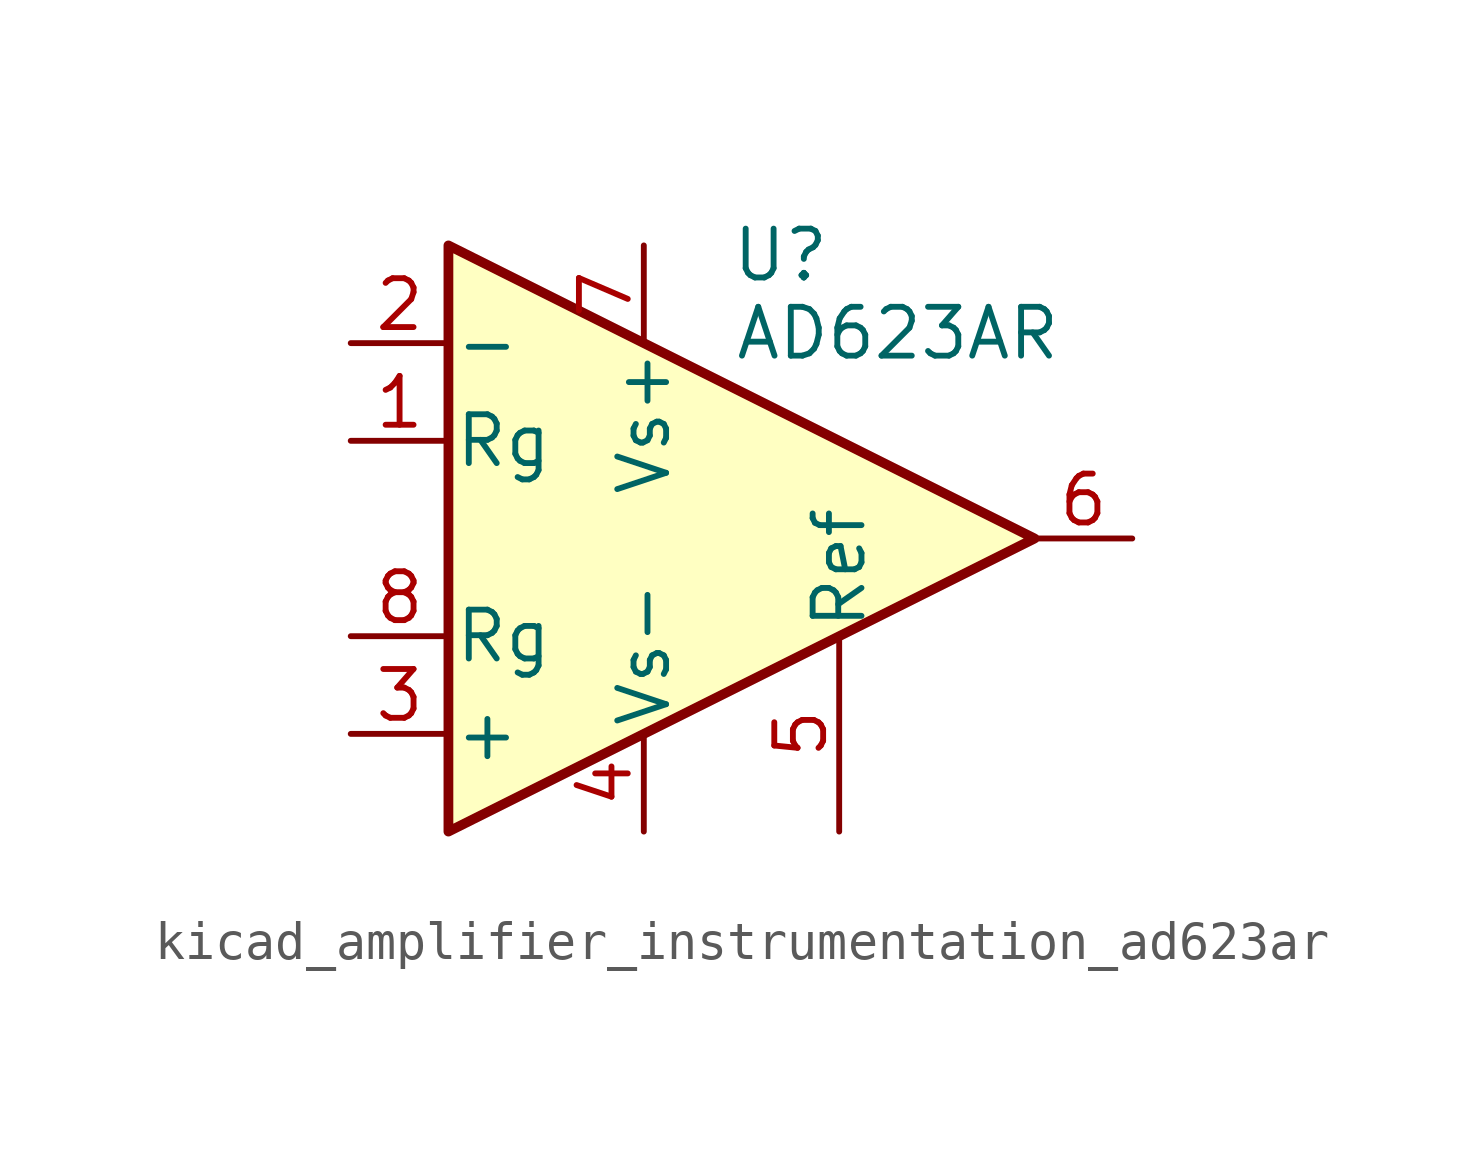
<source format=kicad_sym>
(kicad_symbol_lib
  (version 20220914)
  (generator kicad_symbol_editor)
  (symbol "kicad_amplifier_instrumentation_ad623ar"
    (pin_names
      (offset 0.127))
    (property "Reference" "U"
      (at 3.556 7.366 0)
      (effects (font (size 1.27 1.27))))
    (property "Value" "AD623AR"
      (at 6.604 5.334 0)
      (effects (font (size 1.27 1.27))))
    (symbol "kicad_amplifier_instrumentation_ad623ar_0_1"
      (polyline (pts (xy -5.08 7.62) (xy -5.08 -7.62) (xy 10.16 0) (xy -5.08 7.62)) (stroke (width 0.254) (type default)) (fill (type background))))
    (symbol "kicad_amplifier_instrumentation_ad623ar_1_1"
      (pin passive line (at -7.62 2.54 0) (length 2.54) (name "Rg" (effects (font (size 1.27 1.27)))) (number "1" (effects (font (size 1.27 1.27)))))
      (pin input line (at -7.62 5.08 0) (length 2.54) (name "-" (effects (font (size 1.27 1.27)))) (number "2" (effects (font (size 1.27 1.27)))))
      (pin input line (at -7.62 -5.08 0) (length 2.54) (name "+" (effects (font (size 1.27 1.27)))) (number "3" (effects (font (size 1.27 1.27)))))
      (pin power_in line (at 0 -7.62 90) (length 2.54) (name "Vs-" (effects (font (size 1.27 1.27)))) (number "4" (effects (font (size 1.27 1.27)))))
      (pin passive line (at 5.08 -7.62 90) (length 5.08) (name "Ref" (effects (font (size 1.27 1.27)))) (number "5" (effects (font (size 1.27 1.27)))))
      (pin output line (at 12.7 0 180) (length 2.54) (name "~" (effects (font (size 1.27 1.27)))) (number "6" (effects (font (size 1.27 1.27)))))
      (pin power_in line (at 0 7.62 270) (length 2.54) (name "Vs+" (effects (font (size 1.27 1.27)))) (number "7" (effects (font (size 1.27 1.27)))))
      (pin passive line (at -7.62 -2.54 0) (length 2.54) (name "Rg" (effects (font (size 1.27 1.27)))) (number "8" (effects (font (size 1.27 1.27))))))))
</source>
